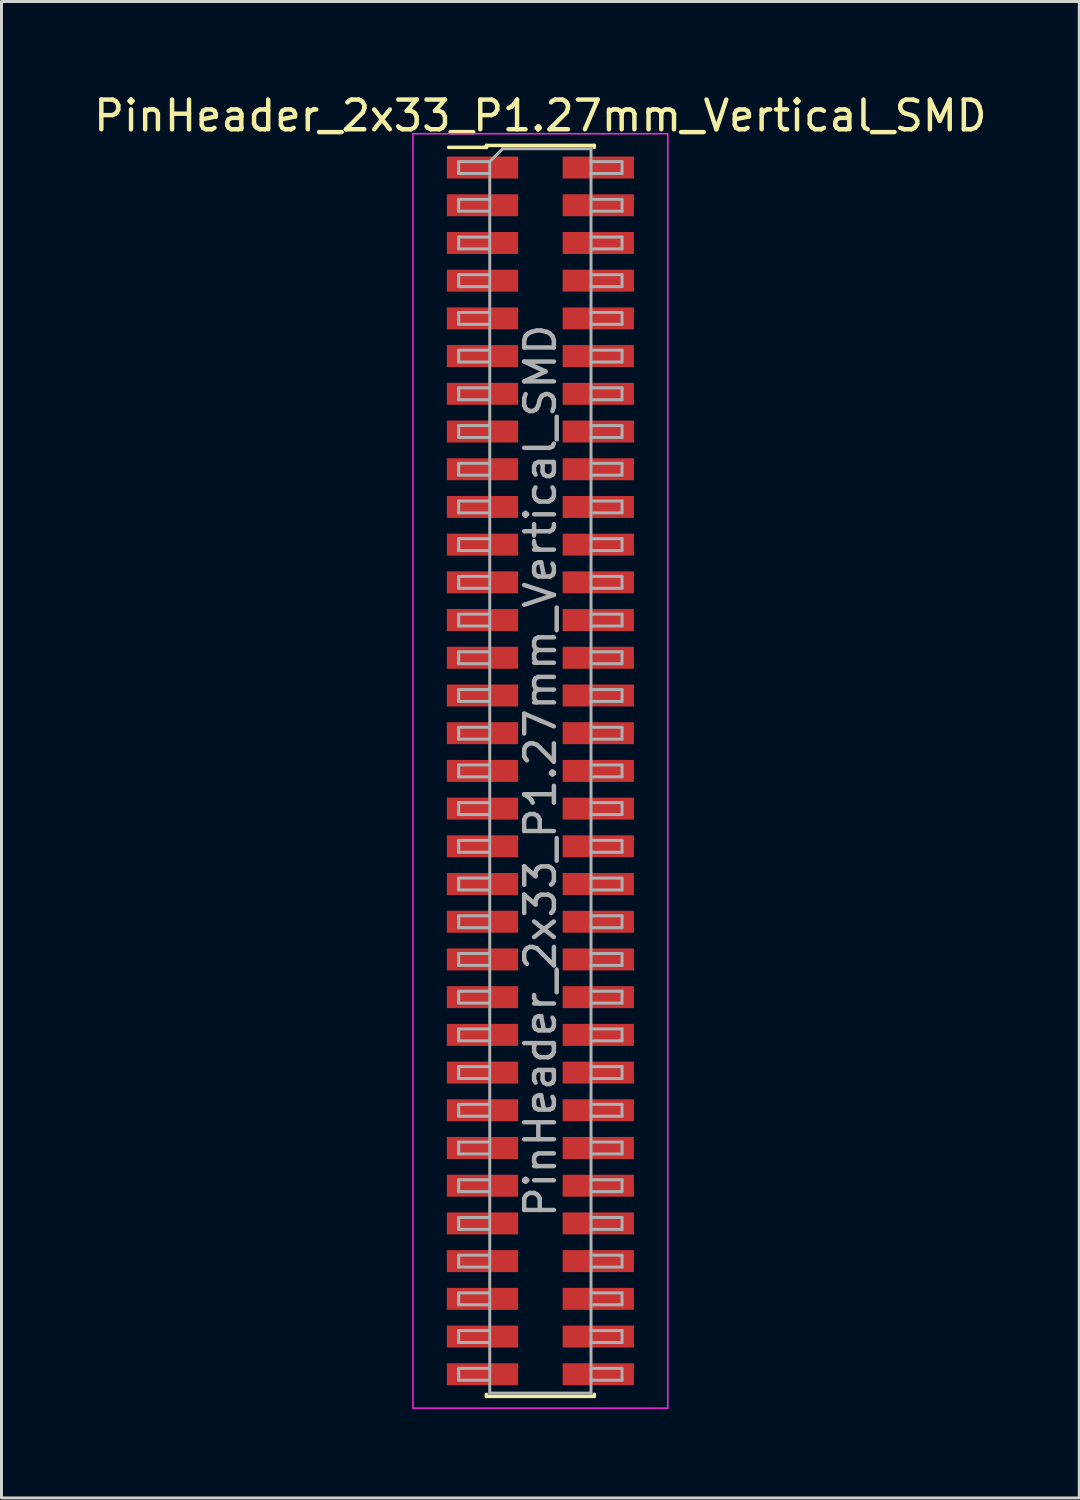
<source format=kicad_pcb>
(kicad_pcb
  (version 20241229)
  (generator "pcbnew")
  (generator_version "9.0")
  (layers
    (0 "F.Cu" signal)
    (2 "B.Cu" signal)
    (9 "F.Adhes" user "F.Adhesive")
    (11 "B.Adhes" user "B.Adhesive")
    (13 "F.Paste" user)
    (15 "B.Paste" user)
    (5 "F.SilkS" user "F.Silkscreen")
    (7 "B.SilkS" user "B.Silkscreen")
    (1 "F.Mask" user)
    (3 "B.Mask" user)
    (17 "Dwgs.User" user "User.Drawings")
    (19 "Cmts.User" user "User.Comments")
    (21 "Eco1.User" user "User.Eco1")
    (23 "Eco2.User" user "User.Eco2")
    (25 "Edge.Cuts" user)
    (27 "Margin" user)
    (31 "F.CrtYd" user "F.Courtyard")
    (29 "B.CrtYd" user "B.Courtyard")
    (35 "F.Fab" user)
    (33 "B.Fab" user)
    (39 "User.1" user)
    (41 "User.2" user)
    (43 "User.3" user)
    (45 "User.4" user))
  (footprint "PinHeader_2x33_P1.27mm_Vertical_SMD"
    (layer "F.Cu")
    (at 15.149 22.913)
    (property "Reference" "PinHeader_2x33_P1.27mm_Vertical_SMD" (at 0 -22.065 0) (layer "F.SilkS") (effects (font (size 1 1) (thickness 0.15))))
    (attr smd)
    (fp_line (start -3.09 -21) (end -1.815 -21) (stroke (width 0.12) (type solid)) (layer "F.SilkS"))
    (fp_line (start -1.815 -21.065) (end -1.815 -21) (stroke (width 0.12) (type solid)) (layer "F.SilkS"))
    (fp_line (start -1.815 -21.065) (end 1.815 -21.065) (stroke (width 0.12) (type solid)) (layer "F.SilkS"))
    (fp_line (start -1.815 21) (end -1.815 21.065) (stroke (width 0.12) (type solid)) (layer "F.SilkS"))
    (fp_line (start -1.815 21.065) (end 1.815 21.065) (stroke (width 0.12) (type solid)) (layer "F.SilkS"))
    (fp_line (start 1.815 -21.065) (end 1.815 -21) (stroke (width 0.12) (type solid)) (layer "F.SilkS"))
    (fp_line (start 1.815 21) (end 1.815 21.065) (stroke (width 0.12) (type solid)) (layer "F.SilkS"))
    (fp_line (start -4.29 -21.46) (end -4.29 21.46) (stroke (width 0.05) (type solid)) (layer "F.CrtYd"))
    (fp_line (start -4.29 21.46) (end 4.29 21.46) (stroke (width 0.05) (type solid)) (layer "F.CrtYd"))
    (fp_line (start 4.29 -21.46) (end -4.29 -21.46) (stroke (width 0.05) (type solid)) (layer "F.CrtYd"))
    (fp_line (start 4.29 21.46) (end 4.29 -21.46) (stroke (width 0.05) (type solid)) (layer "F.CrtYd"))
    (fp_line (start -2.75 -20.52) (end -2.75 -20.12) (stroke (width 0.1) (type solid)) (layer "F.Fab"))
    (fp_line (start -2.75 -20.12) (end -1.705 -20.12) (stroke (width 0.1) (type solid)) (layer "F.Fab"))
    (fp_line (start -2.75 -19.25) (end -2.75 -18.85) (stroke (width 0.1) (type solid)) (layer "F.Fab"))
    (fp_line (start -2.75 -18.85) (end -1.705 -18.85) (stroke (width 0.1) (type solid)) (layer "F.Fab"))
    (fp_line (start -2.75 -17.98) (end -2.75 -17.58) (stroke (width 0.1) (type solid)) (layer "F.Fab"))
    (fp_line (start -2.75 -17.58) (end -1.705 -17.58) (stroke (width 0.1) (type solid)) (layer "F.Fab"))
    (fp_line (start -2.75 -16.71) (end -2.75 -16.31) (stroke (width 0.1) (type solid)) (layer "F.Fab"))
    (fp_line (start -2.75 -16.31) (end -1.705 -16.31) (stroke (width 0.1) (type solid)) (layer "F.Fab"))
    (fp_line (start -2.75 -15.44) (end -2.75 -15.04) (stroke (width 0.1) (type solid)) (layer "F.Fab"))
    (fp_line (start -2.75 -15.04) (end -1.705 -15.04) (stroke (width 0.1) (type solid)) (layer "F.Fab"))
    (fp_line (start -2.75 -14.17) (end -2.75 -13.77) (stroke (width 0.1) (type solid)) (layer "F.Fab"))
    (fp_line (start -2.75 -13.77) (end -1.705 -13.77) (stroke (width 0.1) (type solid)) (layer "F.Fab"))
    (fp_line (start -2.75 -12.9) (end -2.75 -12.5) (stroke (width 0.1) (type solid)) (layer "F.Fab"))
    (fp_line (start -2.75 -12.5) (end -1.705 -12.5) (stroke (width 0.1) (type solid)) (layer "F.Fab"))
    (fp_line (start -2.75 -11.63) (end -2.75 -11.23) (stroke (width 0.1) (type solid)) (layer "F.Fab"))
    (fp_line (start -2.75 -11.23) (end -1.705 -11.23) (stroke (width 0.1) (type solid)) (layer "F.Fab"))
    (fp_line (start -2.75 -10.36) (end -2.75 -9.96) (stroke (width 0.1) (type solid)) (layer "F.Fab"))
    (fp_line (start -2.75 -9.96) (end -1.705 -9.96) (stroke (width 0.1) (type solid)) (layer "F.Fab"))
    (fp_line (start -2.75 -9.09) (end -2.75 -8.69) (stroke (width 0.1) (type solid)) (layer "F.Fab"))
    (fp_line (start -2.75 -8.69) (end -1.705 -8.69) (stroke (width 0.1) (type solid)) (layer "F.Fab"))
    (fp_line (start -2.75 -7.82) (end -2.75 -7.42) (stroke (width 0.1) (type solid)) (layer "F.Fab"))
    (fp_line (start -2.75 -7.42) (end -1.705 -7.42) (stroke (width 0.1) (type solid)) (layer "F.Fab"))
    (fp_line (start -2.75 -6.55) (end -2.75 -6.15) (stroke (width 0.1) (type solid)) (layer "F.Fab"))
    (fp_line (start -2.75 -6.15) (end -1.705 -6.15) (stroke (width 0.1) (type solid)) (layer "F.Fab"))
    (fp_line (start -2.75 -5.28) (end -2.75 -4.88) (stroke (width 0.1) (type solid)) (layer "F.Fab"))
    (fp_line (start -2.75 -4.88) (end -1.705 -4.88) (stroke (width 0.1) (type solid)) (layer "F.Fab"))
    (fp_line (start -2.75 -4.01) (end -2.75 -3.61) (stroke (width 0.1) (type solid)) (layer "F.Fab"))
    (fp_line (start -2.75 -3.61) (end -1.705 -3.61) (stroke (width 0.1) (type solid)) (layer "F.Fab"))
    (fp_line (start -2.75 -2.74) (end -2.75 -2.34) (stroke (width 0.1) (type solid)) (layer "F.Fab"))
    (fp_line (start -2.75 -2.34) (end -1.705 -2.34) (stroke (width 0.1) (type solid)) (layer "F.Fab"))
    (fp_line (start -2.75 -1.47) (end -2.75 -1.07) (stroke (width 0.1) (type solid)) (layer "F.Fab"))
    (fp_line (start -2.75 -1.07) (end -1.705 -1.07) (stroke (width 0.1) (type solid)) (layer "F.Fab"))
    (fp_line (start -2.75 -0.2) (end -2.75 0.2) (stroke (width 0.1) (type solid)) (layer "F.Fab"))
    (fp_line (start -2.75 0.2) (end -1.705 0.2) (stroke (width 0.1) (type solid)) (layer "F.Fab"))
    (fp_line (start -2.75 1.07) (end -2.75 1.47) (stroke (width 0.1) (type solid)) (layer "F.Fab"))
    (fp_line (start -2.75 1.47) (end -1.705 1.47) (stroke (width 0.1) (type solid)) (layer "F.Fab"))
    (fp_line (start -2.75 2.34) (end -2.75 2.74) (stroke (width 0.1) (type solid)) (layer "F.Fab"))
    (fp_line (start -2.75 2.74) (end -1.705 2.74) (stroke (width 0.1) (type solid)) (layer "F.Fab"))
    (fp_line (start -2.75 3.61) (end -2.75 4.01) (stroke (width 0.1) (type solid)) (layer "F.Fab"))
    (fp_line (start -2.75 4.01) (end -1.705 4.01) (stroke (width 0.1) (type solid)) (layer "F.Fab"))
    (fp_line (start -2.75 4.88) (end -2.75 5.28) (stroke (width 0.1) (type solid)) (layer "F.Fab"))
    (fp_line (start -2.75 5.28) (end -1.705 5.28) (stroke (width 0.1) (type solid)) (layer "F.Fab"))
    (fp_line (start -2.75 6.15) (end -2.75 6.55) (stroke (width 0.1) (type solid)) (layer "F.Fab"))
    (fp_line (start -2.75 6.55) (end -1.705 6.55) (stroke (width 0.1) (type solid)) (layer "F.Fab"))
    (fp_line (start -2.75 7.42) (end -2.75 7.82) (stroke (width 0.1) (type solid)) (layer "F.Fab"))
    (fp_line (start -2.75 7.82) (end -1.705 7.82) (stroke (width 0.1) (type solid)) (layer "F.Fab"))
    (fp_line (start -2.75 8.69) (end -2.75 9.09) (stroke (width 0.1) (type solid)) (layer "F.Fab"))
    (fp_line (start -2.75 9.09) (end -1.705 9.09) (stroke (width 0.1) (type solid)) (layer "F.Fab"))
    (fp_line (start -2.75 9.96) (end -2.75 10.36) (stroke (width 0.1) (type solid)) (layer "F.Fab"))
    (fp_line (start -2.75 10.36) (end -1.705 10.36) (stroke (width 0.1) (type solid)) (layer "F.Fab"))
    (fp_line (start -2.75 11.23) (end -2.75 11.63) (stroke (width 0.1) (type solid)) (layer "F.Fab"))
    (fp_line (start -2.75 11.63) (end -1.705 11.63) (stroke (width 0.1) (type solid)) (layer "F.Fab"))
    (fp_line (start -2.75 12.5) (end -2.75 12.9) (stroke (width 0.1) (type solid)) (layer "F.Fab"))
    (fp_line (start -2.75 12.9) (end -1.705 12.9) (stroke (width 0.1) (type solid)) (layer "F.Fab"))
    (fp_line (start -2.75 13.77) (end -2.75 14.17) (stroke (width 0.1) (type solid)) (layer "F.Fab"))
    (fp_line (start -2.75 14.17) (end -1.705 14.17) (stroke (width 0.1) (type solid)) (layer "F.Fab"))
    (fp_line (start -2.75 15.04) (end -2.75 15.44) (stroke (width 0.1) (type solid)) (layer "F.Fab"))
    (fp_line (start -2.75 15.44) (end -1.705 15.44) (stroke (width 0.1) (type solid)) (layer "F.Fab"))
    (fp_line (start -2.75 16.31) (end -2.75 16.71) (stroke (width 0.1) (type solid)) (layer "F.Fab"))
    (fp_line (start -2.75 16.71) (end -1.705 16.71) (stroke (width 0.1) (type solid)) (layer "F.Fab"))
    (fp_line (start -2.75 17.58) (end -2.75 17.98) (stroke (width 0.1) (type solid)) (layer "F.Fab"))
    (fp_line (start -2.75 17.98) (end -1.705 17.98) (stroke (width 0.1) (type solid)) (layer "F.Fab"))
    (fp_line (start -2.75 18.85) (end -2.75 19.25) (stroke (width 0.1) (type solid)) (layer "F.Fab"))
    (fp_line (start -2.75 19.25) (end -1.705 19.25) (stroke (width 0.1) (type solid)) (layer "F.Fab"))
    (fp_line (start -2.75 20.12) (end -2.75 20.52) (stroke (width 0.1) (type solid)) (layer "F.Fab"))
    (fp_line (start -2.75 20.52) (end -1.705 20.52) (stroke (width 0.1) (type solid)) (layer "F.Fab"))
    (fp_line (start -1.705 -20.52) (end -2.75 -20.52) (stroke (width 0.1) (type solid)) (layer "F.Fab"))
    (fp_line (start -1.705 -20.52) (end -1.27 -20.955) (stroke (width 0.1) (type solid)) (layer "F.Fab"))
    (fp_line (start -1.705 -19.25) (end -2.75 -19.25) (stroke (width 0.1) (type solid)) (layer "F.Fab"))
    (fp_line (start -1.705 -17.98) (end -2.75 -17.98) (stroke (width 0.1) (type solid)) (layer "F.Fab"))
    (fp_line (start -1.705 -16.71) (end -2.75 -16.71) (stroke (width 0.1) (type solid)) (layer "F.Fab"))
    (fp_line (start -1.705 -15.44) (end -2.75 -15.44) (stroke (width 0.1) (type solid)) (layer "F.Fab"))
    (fp_line (start -1.705 -14.17) (end -2.75 -14.17) (stroke (width 0.1) (type solid)) (layer "F.Fab"))
    (fp_line (start -1.705 -12.9) (end -2.75 -12.9) (stroke (width 0.1) (type solid)) (layer "F.Fab"))
    (fp_line (start -1.705 -11.63) (end -2.75 -11.63) (stroke (width 0.1) (type solid)) (layer "F.Fab"))
    (fp_line (start -1.705 -10.36) (end -2.75 -10.36) (stroke (width 0.1) (type solid)) (layer "F.Fab"))
    (fp_line (start -1.705 -9.09) (end -2.75 -9.09) (stroke (width 0.1) (type solid)) (layer "F.Fab"))
    (fp_line (start -1.705 -7.82) (end -2.75 -7.82) (stroke (width 0.1) (type solid)) (layer "F.Fab"))
    (fp_line (start -1.705 -6.55) (end -2.75 -6.55) (stroke (width 0.1) (type solid)) (layer "F.Fab"))
    (fp_line (start -1.705 -5.28) (end -2.75 -5.28) (stroke (width 0.1) (type solid)) (layer "F.Fab"))
    (fp_line (start -1.705 -4.01) (end -2.75 -4.01) (stroke (width 0.1) (type solid)) (layer "F.Fab"))
    (fp_line (start -1.705 -2.74) (end -2.75 -2.74) (stroke (width 0.1) (type solid)) (layer "F.Fab"))
    (fp_line (start -1.705 -1.47) (end -2.75 -1.47) (stroke (width 0.1) (type solid)) (layer "F.Fab"))
    (fp_line (start -1.705 -0.2) (end -2.75 -0.2) (stroke (width 0.1) (type solid)) (layer "F.Fab"))
    (fp_line (start -1.705 1.07) (end -2.75 1.07) (stroke (width 0.1) (type solid)) (layer "F.Fab"))
    (fp_line (start -1.705 2.34) (end -2.75 2.34) (stroke (width 0.1) (type solid)) (layer "F.Fab"))
    (fp_line (start -1.705 3.61) (end -2.75 3.61) (stroke (width 0.1) (type solid)) (layer "F.Fab"))
    (fp_line (start -1.705 4.88) (end -2.75 4.88) (stroke (width 0.1) (type solid)) (layer "F.Fab"))
    (fp_line (start -1.705 6.15) (end -2.75 6.15) (stroke (width 0.1) (type solid)) (layer "F.Fab"))
    (fp_line (start -1.705 7.42) (end -2.75 7.42) (stroke (width 0.1) (type solid)) (layer "F.Fab"))
    (fp_line (start -1.705 8.69) (end -2.75 8.69) (stroke (width 0.1) (type solid)) (layer "F.Fab"))
    (fp_line (start -1.705 9.96) (end -2.75 9.96) (stroke (width 0.1) (type solid)) (layer "F.Fab"))
    (fp_line (start -1.705 11.23) (end -2.75 11.23) (stroke (width 0.1) (type solid)) (layer "F.Fab"))
    (fp_line (start -1.705 12.5) (end -2.75 12.5) (stroke (width 0.1) (type solid)) (layer "F.Fab"))
    (fp_line (start -1.705 13.77) (end -2.75 13.77) (stroke (width 0.1) (type solid)) (layer "F.Fab"))
    (fp_line (start -1.705 15.04) (end -2.75 15.04) (stroke (width 0.1) (type solid)) (layer "F.Fab"))
    (fp_line (start -1.705 16.31) (end -2.75 16.31) (stroke (width 0.1) (type solid)) (layer "F.Fab"))
    (fp_line (start -1.705 17.58) (end -2.75 17.58) (stroke (width 0.1) (type solid)) (layer "F.Fab"))
    (fp_line (start -1.705 18.85) (end -2.75 18.85) (stroke (width 0.1) (type solid)) (layer "F.Fab"))
    (fp_line (start -1.705 20.12) (end -2.75 20.12) (stroke (width 0.1) (type solid)) (layer "F.Fab"))
    (fp_line (start -1.705 20.955) (end -1.705 -20.52) (stroke (width 0.1) (type solid)) (layer "F.Fab"))
    (fp_line (start -1.27 -20.955) (end 1.705 -20.955) (stroke (width 0.1) (type solid)) (layer "F.Fab"))
    (fp_line (start 1.705 -20.955) (end 1.705 20.955) (stroke (width 0.1) (type solid)) (layer "F.Fab"))
    (fp_line (start 1.705 -20.52) (end 2.75 -20.52) (stroke (width 0.1) (type solid)) (layer "F.Fab"))
    (fp_line (start 1.705 -19.25) (end 2.75 -19.25) (stroke (width 0.1) (type solid)) (layer "F.Fab"))
    (fp_line (start 1.705 -17.98) (end 2.75 -17.98) (stroke (width 0.1) (type solid)) (layer "F.Fab"))
    (fp_line (start 1.705 -16.71) (end 2.75 -16.71) (stroke (width 0.1) (type solid)) (layer "F.Fab"))
    (fp_line (start 1.705 -15.44) (end 2.75 -15.44) (stroke (width 0.1) (type solid)) (layer "F.Fab"))
    (fp_line (start 1.705 -14.17) (end 2.75 -14.17) (stroke (width 0.1) (type solid)) (layer "F.Fab"))
    (fp_line (start 1.705 -12.9) (end 2.75 -12.9) (stroke (width 0.1) (type solid)) (layer "F.Fab"))
    (fp_line (start 1.705 -11.63) (end 2.75 -11.63) (stroke (width 0.1) (type solid)) (layer "F.Fab"))
    (fp_line (start 1.705 -10.36) (end 2.75 -10.36) (stroke (width 0.1) (type solid)) (layer "F.Fab"))
    (fp_line (start 1.705 -9.09) (end 2.75 -9.09) (stroke (width 0.1) (type solid)) (layer "F.Fab"))
    (fp_line (start 1.705 -7.82) (end 2.75 -7.82) (stroke (width 0.1) (type solid)) (layer "F.Fab"))
    (fp_line (start 1.705 -6.55) (end 2.75 -6.55) (stroke (width 0.1) (type solid)) (layer "F.Fab"))
    (fp_line (start 1.705 -5.28) (end 2.75 -5.28) (stroke (width 0.1) (type solid)) (layer "F.Fab"))
    (fp_line (start 1.705 -4.01) (end 2.75 -4.01) (stroke (width 0.1) (type solid)) (layer "F.Fab"))
    (fp_line (start 1.705 -2.74) (end 2.75 -2.74) (stroke (width 0.1) (type solid)) (layer "F.Fab"))
    (fp_line (start 1.705 -1.47) (end 2.75 -1.47) (stroke (width 0.1) (type solid)) (layer "F.Fab"))
    (fp_line (start 1.705 -0.2) (end 2.75 -0.2) (stroke (width 0.1) (type solid)) (layer "F.Fab"))
    (fp_line (start 1.705 1.07) (end 2.75 1.07) (stroke (width 0.1) (type solid)) (layer "F.Fab"))
    (fp_line (start 1.705 2.34) (end 2.75 2.34) (stroke (width 0.1) (type solid)) (layer "F.Fab"))
    (fp_line (start 1.705 3.61) (end 2.75 3.61) (stroke (width 0.1) (type solid)) (layer "F.Fab"))
    (fp_line (start 1.705 4.88) (end 2.75 4.88) (stroke (width 0.1) (type solid)) (layer "F.Fab"))
    (fp_line (start 1.705 6.15) (end 2.75 6.15) (stroke (width 0.1) (type solid)) (layer "F.Fab"))
    (fp_line (start 1.705 7.42) (end 2.75 7.42) (stroke (width 0.1) (type solid)) (layer "F.Fab"))
    (fp_line (start 1.705 8.69) (end 2.75 8.69) (stroke (width 0.1) (type solid)) (layer "F.Fab"))
    (fp_line (start 1.705 9.96) (end 2.75 9.96) (stroke (width 0.1) (type solid)) (layer "F.Fab"))
    (fp_line (start 1.705 11.23) (end 2.75 11.23) (stroke (width 0.1) (type solid)) (layer "F.Fab"))
    (fp_line (start 1.705 12.5) (end 2.75 12.5) (stroke (width 0.1) (type solid)) (layer "F.Fab"))
    (fp_line (start 1.705 13.77) (end 2.75 13.77) (stroke (width 0.1) (type solid)) (layer "F.Fab"))
    (fp_line (start 1.705 15.04) (end 2.75 15.04) (stroke (width 0.1) (type solid)) (layer "F.Fab"))
    (fp_line (start 1.705 16.31) (end 2.75 16.31) (stroke (width 0.1) (type solid)) (layer "F.Fab"))
    (fp_line (start 1.705 17.58) (end 2.75 17.58) (stroke (width 0.1) (type solid)) (layer "F.Fab"))
    (fp_line (start 1.705 18.85) (end 2.75 18.85) (stroke (width 0.1) (type solid)) (layer "F.Fab"))
    (fp_line (start 1.705 20.12) (end 2.75 20.12) (stroke (width 0.1) (type solid)) (layer "F.Fab"))
    (fp_line (start 1.705 20.955) (end -1.705 20.955) (stroke (width 0.1) (type solid)) (layer "F.Fab"))
    (fp_line (start 2.75 -20.52) (end 2.75 -20.12) (stroke (width 0.1) (type solid)) (layer "F.Fab"))
    (fp_line (start 2.75 -20.12) (end 1.705 -20.12) (stroke (width 0.1) (type solid)) (layer "F.Fab"))
    (fp_line (start 2.75 -19.25) (end 2.75 -18.85) (stroke (width 0.1) (type solid)) (layer "F.Fab"))
    (fp_line (start 2.75 -18.85) (end 1.705 -18.85) (stroke (width 0.1) (type solid)) (layer "F.Fab"))
    (fp_line (start 2.75 -17.98) (end 2.75 -17.58) (stroke (width 0.1) (type solid)) (layer "F.Fab"))
    (fp_line (start 2.75 -17.58) (end 1.705 -17.58) (stroke (width 0.1) (type solid)) (layer "F.Fab"))
    (fp_line (start 2.75 -16.71) (end 2.75 -16.31) (stroke (width 0.1) (type solid)) (layer "F.Fab"))
    (fp_line (start 2.75 -16.31) (end 1.705 -16.31) (stroke (width 0.1) (type solid)) (layer "F.Fab"))
    (fp_line (start 2.75 -15.44) (end 2.75 -15.04) (stroke (width 0.1) (type solid)) (layer "F.Fab"))
    (fp_line (start 2.75 -15.04) (end 1.705 -15.04) (stroke (width 0.1) (type solid)) (layer "F.Fab"))
    (fp_line (start 2.75 -14.17) (end 2.75 -13.77) (stroke (width 0.1) (type solid)) (layer "F.Fab"))
    (fp_line (start 2.75 -13.77) (end 1.705 -13.77) (stroke (width 0.1) (type solid)) (layer "F.Fab"))
    (fp_line (start 2.75 -12.9) (end 2.75 -12.5) (stroke (width 0.1) (type solid)) (layer "F.Fab"))
    (fp_line (start 2.75 -12.5) (end 1.705 -12.5) (stroke (width 0.1) (type solid)) (layer "F.Fab"))
    (fp_line (start 2.75 -11.63) (end 2.75 -11.23) (stroke (width 0.1) (type solid)) (layer "F.Fab"))
    (fp_line (start 2.75 -11.23) (end 1.705 -11.23) (stroke (width 0.1) (type solid)) (layer "F.Fab"))
    (fp_line (start 2.75 -10.36) (end 2.75 -9.96) (stroke (width 0.1) (type solid)) (layer "F.Fab"))
    (fp_line (start 2.75 -9.96) (end 1.705 -9.96) (stroke (width 0.1) (type solid)) (layer "F.Fab"))
    (fp_line (start 2.75 -9.09) (end 2.75 -8.69) (stroke (width 0.1) (type solid)) (layer "F.Fab"))
    (fp_line (start 2.75 -8.69) (end 1.705 -8.69) (stroke (width 0.1) (type solid)) (layer "F.Fab"))
    (fp_line (start 2.75 -7.82) (end 2.75 -7.42) (stroke (width 0.1) (type solid)) (layer "F.Fab"))
    (fp_line (start 2.75 -7.42) (end 1.705 -7.42) (stroke (width 0.1) (type solid)) (layer "F.Fab"))
    (fp_line (start 2.75 -6.55) (end 2.75 -6.15) (stroke (width 0.1) (type solid)) (layer "F.Fab"))
    (fp_line (start 2.75 -6.15) (end 1.705 -6.15) (stroke (width 0.1) (type solid)) (layer "F.Fab"))
    (fp_line (start 2.75 -5.28) (end 2.75 -4.88) (stroke (width 0.1) (type solid)) (layer "F.Fab"))
    (fp_line (start 2.75 -4.88) (end 1.705 -4.88) (stroke (width 0.1) (type solid)) (layer "F.Fab"))
    (fp_line (start 2.75 -4.01) (end 2.75 -3.61) (stroke (width 0.1) (type solid)) (layer "F.Fab"))
    (fp_line (start 2.75 -3.61) (end 1.705 -3.61) (stroke (width 0.1) (type solid)) (layer "F.Fab"))
    (fp_line (start 2.75 -2.74) (end 2.75 -2.34) (stroke (width 0.1) (type solid)) (layer "F.Fab"))
    (fp_line (start 2.75 -2.34) (end 1.705 -2.34) (stroke (width 0.1) (type solid)) (layer "F.Fab"))
    (fp_line (start 2.75 -1.47) (end 2.75 -1.07) (stroke (width 0.1) (type solid)) (layer "F.Fab"))
    (fp_line (start 2.75 -1.07) (end 1.705 -1.07) (stroke (width 0.1) (type solid)) (layer "F.Fab"))
    (fp_line (start 2.75 -0.2) (end 2.75 0.2) (stroke (width 0.1) (type solid)) (layer "F.Fab"))
    (fp_line (start 2.75 0.2) (end 1.705 0.2) (stroke (width 0.1) (type solid)) (layer "F.Fab"))
    (fp_line (start 2.75 1.07) (end 2.75 1.47) (stroke (width 0.1) (type solid)) (layer "F.Fab"))
    (fp_line (start 2.75 1.47) (end 1.705 1.47) (stroke (width 0.1) (type solid)) (layer "F.Fab"))
    (fp_line (start 2.75 2.34) (end 2.75 2.74) (stroke (width 0.1) (type solid)) (layer "F.Fab"))
    (fp_line (start 2.75 2.74) (end 1.705 2.74) (stroke (width 0.1) (type solid)) (layer "F.Fab"))
    (fp_line (start 2.75 3.61) (end 2.75 4.01) (stroke (width 0.1) (type solid)) (layer "F.Fab"))
    (fp_line (start 2.75 4.01) (end 1.705 4.01) (stroke (width 0.1) (type solid)) (layer "F.Fab"))
    (fp_line (start 2.75 4.88) (end 2.75 5.28) (stroke (width 0.1) (type solid)) (layer "F.Fab"))
    (fp_line (start 2.75 5.28) (end 1.705 5.28) (stroke (width 0.1) (type solid)) (layer "F.Fab"))
    (fp_line (start 2.75 6.15) (end 2.75 6.55) (stroke (width 0.1) (type solid)) (layer "F.Fab"))
    (fp_line (start 2.75 6.55) (end 1.705 6.55) (stroke (width 0.1) (type solid)) (layer "F.Fab"))
    (fp_line (start 2.75 7.42) (end 2.75 7.82) (stroke (width 0.1) (type solid)) (layer "F.Fab"))
    (fp_line (start 2.75 7.82) (end 1.705 7.82) (stroke (width 0.1) (type solid)) (layer "F.Fab"))
    (fp_line (start 2.75 8.69) (end 2.75 9.09) (stroke (width 0.1) (type solid)) (layer "F.Fab"))
    (fp_line (start 2.75 9.09) (end 1.705 9.09) (stroke (width 0.1) (type solid)) (layer "F.Fab"))
    (fp_line (start 2.75 9.96) (end 2.75 10.36) (stroke (width 0.1) (type solid)) (layer "F.Fab"))
    (fp_line (start 2.75 10.36) (end 1.705 10.36) (stroke (width 0.1) (type solid)) (layer "F.Fab"))
    (fp_line (start 2.75 11.23) (end 2.75 11.63) (stroke (width 0.1) (type solid)) (layer "F.Fab"))
    (fp_line (start 2.75 11.63) (end 1.705 11.63) (stroke (width 0.1) (type solid)) (layer "F.Fab"))
    (fp_line (start 2.75 12.5) (end 2.75 12.9) (stroke (width 0.1) (type solid)) (layer "F.Fab"))
    (fp_line (start 2.75 12.9) (end 1.705 12.9) (stroke (width 0.1) (type solid)) (layer "F.Fab"))
    (fp_line (start 2.75 13.77) (end 2.75 14.17) (stroke (width 0.1) (type solid)) (layer "F.Fab"))
    (fp_line (start 2.75 14.17) (end 1.705 14.17) (stroke (width 0.1) (type solid)) (layer "F.Fab"))
    (fp_line (start 2.75 15.04) (end 2.75 15.44) (stroke (width 0.1) (type solid)) (layer "F.Fab"))
    (fp_line (start 2.75 15.44) (end 1.705 15.44) (stroke (width 0.1) (type solid)) (layer "F.Fab"))
    (fp_line (start 2.75 16.31) (end 2.75 16.71) (stroke (width 0.1) (type solid)) (layer "F.Fab"))
    (fp_line (start 2.75 16.71) (end 1.705 16.71) (stroke (width 0.1) (type solid)) (layer "F.Fab"))
    (fp_line (start 2.75 17.58) (end 2.75 17.98) (stroke (width 0.1) (type solid)) (layer "F.Fab"))
    (fp_line (start 2.75 17.98) (end 1.705 17.98) (stroke (width 0.1) (type solid)) (layer "F.Fab"))
    (fp_line (start 2.75 18.85) (end 2.75 19.25) (stroke (width 0.1) (type solid)) (layer "F.Fab"))
    (fp_line (start 2.75 19.25) (end 1.705 19.25) (stroke (width 0.1) (type solid)) (layer "F.Fab"))
    (fp_line (start 2.75 20.12) (end 2.75 20.52) (stroke (width 0.1) (type solid)) (layer "F.Fab"))
    (fp_line (start 2.75 20.52) (end 1.705 20.52) (stroke (width 0.1) (type solid)) (layer "F.Fab"))
    (fp_text user "${REFERENCE}" (at 0 0 90) (layer "F.Fab") (effects (font (size 1 1) (thickness 0.15))))
    (pad "1" smd rect (at -1.95 -20.32) (size 2.4 0.74) (layers "F.Cu" "F.Mask" "F.Paste"))
    (pad "2" smd rect (at 1.95 -20.32) (size 2.4 0.74) (layers "F.Cu" "F.Mask" "F.Paste"))
    (pad "3" smd rect (at -1.95 -19.05) (size 2.4 0.74) (layers "F.Cu" "F.Mask" "F.Paste"))
    (pad "4" smd rect (at 1.95 -19.05) (size 2.4 0.74) (layers "F.Cu" "F.Mask" "F.Paste"))
    (pad "5" smd rect (at -1.95 -17.78) (size 2.4 0.74) (layers "F.Cu" "F.Mask" "F.Paste"))
    (pad "6" smd rect (at 1.95 -17.78) (size 2.4 0.74) (layers "F.Cu" "F.Mask" "F.Paste"))
    (pad "7" smd rect (at -1.95 -16.51) (size 2.4 0.74) (layers "F.Cu" "F.Mask" "F.Paste"))
    (pad "8" smd rect (at 1.95 -16.51) (size 2.4 0.74) (layers "F.Cu" "F.Mask" "F.Paste"))
    (pad "9" smd rect (at -1.95 -15.24) (size 2.4 0.74) (layers "F.Cu" "F.Mask" "F.Paste"))
    (pad "10" smd rect (at 1.95 -15.24) (size 2.4 0.74) (layers "F.Cu" "F.Mask" "F.Paste"))
    (pad "11" smd rect (at -1.95 -13.97) (size 2.4 0.74) (layers "F.Cu" "F.Mask" "F.Paste"))
    (pad "12" smd rect (at 1.95 -13.97) (size 2.4 0.74) (layers "F.Cu" "F.Mask" "F.Paste"))
    (pad "13" smd rect (at -1.95 -12.7) (size 2.4 0.74) (layers "F.Cu" "F.Mask" "F.Paste"))
    (pad "14" smd rect (at 1.95 -12.7) (size 2.4 0.74) (layers "F.Cu" "F.Mask" "F.Paste"))
    (pad "15" smd rect (at -1.95 -11.43) (size 2.4 0.74) (layers "F.Cu" "F.Mask" "F.Paste"))
    (pad "16" smd rect (at 1.95 -11.43) (size 2.4 0.74) (layers "F.Cu" "F.Mask" "F.Paste"))
    (pad "17" smd rect (at -1.95 -10.16) (size 2.4 0.74) (layers "F.Cu" "F.Mask" "F.Paste"))
    (pad "18" smd rect (at 1.95 -10.16) (size 2.4 0.74) (layers "F.Cu" "F.Mask" "F.Paste"))
    (pad "19" smd rect (at -1.95 -8.89) (size 2.4 0.74) (layers "F.Cu" "F.Mask" "F.Paste"))
    (pad "20" smd rect (at 1.95 -8.89) (size 2.4 0.74) (layers "F.Cu" "F.Mask" "F.Paste"))
    (pad "21" smd rect (at -1.95 -7.62) (size 2.4 0.74) (layers "F.Cu" "F.Mask" "F.Paste"))
    (pad "22" smd rect (at 1.95 -7.62) (size 2.4 0.74) (layers "F.Cu" "F.Mask" "F.Paste"))
    (pad "23" smd rect (at -1.95 -6.35) (size 2.4 0.74) (layers "F.Cu" "F.Mask" "F.Paste"))
    (pad "24" smd rect (at 1.95 -6.35) (size 2.4 0.74) (layers "F.Cu" "F.Mask" "F.Paste"))
    (pad "25" smd rect (at -1.95 -5.08) (size 2.4 0.74) (layers "F.Cu" "F.Mask" "F.Paste"))
    (pad "26" smd rect (at 1.95 -5.08) (size 2.4 0.74) (layers "F.Cu" "F.Mask" "F.Paste"))
    (pad "27" smd rect (at -1.95 -3.81) (size 2.4 0.74) (layers "F.Cu" "F.Mask" "F.Paste"))
    (pad "28" smd rect (at 1.95 -3.81) (size 2.4 0.74) (layers "F.Cu" "F.Mask" "F.Paste"))
    (pad "29" smd rect (at -1.95 -2.54) (size 2.4 0.74) (layers "F.Cu" "F.Mask" "F.Paste"))
    (pad "30" smd rect (at 1.95 -2.54) (size 2.4 0.74) (layers "F.Cu" "F.Mask" "F.Paste"))
    (pad "31" smd rect (at -1.95 -1.27) (size 2.4 0.74) (layers "F.Cu" "F.Mask" "F.Paste"))
    (pad "32" smd rect (at 1.95 -1.27) (size 2.4 0.74) (layers "F.Cu" "F.Mask" "F.Paste"))
    (pad "33" smd rect (at -1.95 0) (size 2.4 0.74) (layers "F.Cu" "F.Mask" "F.Paste"))
    (pad "34" smd rect (at 1.95 0) (size 2.4 0.74) (layers "F.Cu" "F.Mask" "F.Paste"))
    (pad "35" smd rect (at -1.95 1.27) (size 2.4 0.74) (layers "F.Cu" "F.Mask" "F.Paste"))
    (pad "36" smd rect (at 1.95 1.27) (size 2.4 0.74) (layers "F.Cu" "F.Mask" "F.Paste"))
    (pad "37" smd rect (at -1.95 2.54) (size 2.4 0.74) (layers "F.Cu" "F.Mask" "F.Paste"))
    (pad "38" smd rect (at 1.95 2.54) (size 2.4 0.74) (layers "F.Cu" "F.Mask" "F.Paste"))
    (pad "39" smd rect (at -1.95 3.81) (size 2.4 0.74) (layers "F.Cu" "F.Mask" "F.Paste"))
    (pad "40" smd rect (at 1.95 3.81) (size 2.4 0.74) (layers "F.Cu" "F.Mask" "F.Paste"))
    (pad "41" smd rect (at -1.95 5.08) (size 2.4 0.74) (layers "F.Cu" "F.Mask" "F.Paste"))
    (pad "42" smd rect (at 1.95 5.08) (size 2.4 0.74) (layers "F.Cu" "F.Mask" "F.Paste"))
    (pad "43" smd rect (at -1.95 6.35) (size 2.4 0.74) (layers "F.Cu" "F.Mask" "F.Paste"))
    (pad "44" smd rect (at 1.95 6.35) (size 2.4 0.74) (layers "F.Cu" "F.Mask" "F.Paste"))
    (pad "45" smd rect (at -1.95 7.62) (size 2.4 0.74) (layers "F.Cu" "F.Mask" "F.Paste"))
    (pad "46" smd rect (at 1.95 7.62) (size 2.4 0.74) (layers "F.Cu" "F.Mask" "F.Paste"))
    (pad "47" smd rect (at -1.95 8.89) (size 2.4 0.74) (layers "F.Cu" "F.Mask" "F.Paste"))
    (pad "48" smd rect (at 1.95 8.89) (size 2.4 0.74) (layers "F.Cu" "F.Mask" "F.Paste"))
    (pad "49" smd rect (at -1.95 10.16) (size 2.4 0.74) (layers "F.Cu" "F.Mask" "F.Paste"))
    (pad "50" smd rect (at 1.95 10.16) (size 2.4 0.74) (layers "F.Cu" "F.Mask" "F.Paste"))
    (pad "51" smd rect (at -1.95 11.43) (size 2.4 0.74) (layers "F.Cu" "F.Mask" "F.Paste"))
    (pad "52" smd rect (at 1.95 11.43) (size 2.4 0.74) (layers "F.Cu" "F.Mask" "F.Paste"))
    (pad "53" smd rect (at -1.95 12.7) (size 2.4 0.74) (layers "F.Cu" "F.Mask" "F.Paste"))
    (pad "54" smd rect (at 1.95 12.7) (size 2.4 0.74) (layers "F.Cu" "F.Mask" "F.Paste"))
    (pad "55" smd rect (at -1.95 13.97) (size 2.4 0.74) (layers "F.Cu" "F.Mask" "F.Paste"))
    (pad "56" smd rect (at 1.95 13.97) (size 2.4 0.74) (layers "F.Cu" "F.Mask" "F.Paste"))
    (pad "57" smd rect (at -1.95 15.24) (size 2.4 0.74) (layers "F.Cu" "F.Mask" "F.Paste"))
    (pad "58" smd rect (at 1.95 15.24) (size 2.4 0.74) (layers "F.Cu" "F.Mask" "F.Paste"))
    (pad "59" smd rect (at -1.95 16.51) (size 2.4 0.74) (layers "F.Cu" "F.Mask" "F.Paste"))
    (pad "60" smd rect (at 1.95 16.51) (size 2.4 0.74) (layers "F.Cu" "F.Mask" "F.Paste"))
    (pad "61" smd rect (at -1.95 17.78) (size 2.4 0.74) (layers "F.Cu" "F.Mask" "F.Paste"))
    (pad "62" smd rect (at 1.95 17.78) (size 2.4 0.74) (layers "F.Cu" "F.Mask" "F.Paste"))
    (pad "63" smd rect (at -1.95 19.05) (size 2.4 0.74) (layers "F.Cu" "F.Mask" "F.Paste"))
    (pad "64" smd rect (at 1.95 19.05) (size 2.4 0.74) (layers "F.Cu" "F.Mask" "F.Paste"))
    (pad "65" smd rect (at -1.95 20.32) (size 2.4 0.74) (layers "F.Cu" "F.Mask" "F.Paste"))
    (pad "66" smd rect (at 1.95 20.32) (size 2.4 0.74) (layers "F.Cu" "F.Mask" "F.Paste")))
  (gr_rect
    (start -3 -3)
    (end 33.298 47.398)
    (stroke (width 0.1) (type default))
    (fill no)
    (layer "Edge.Cuts")))
</source>
